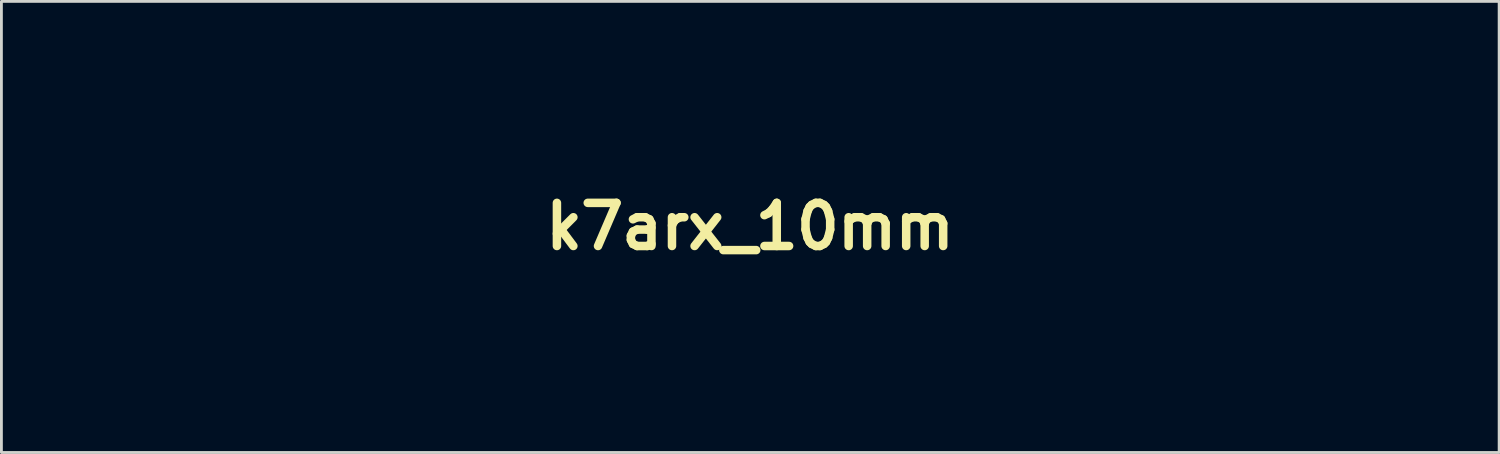
<source format=kicad_pcb>
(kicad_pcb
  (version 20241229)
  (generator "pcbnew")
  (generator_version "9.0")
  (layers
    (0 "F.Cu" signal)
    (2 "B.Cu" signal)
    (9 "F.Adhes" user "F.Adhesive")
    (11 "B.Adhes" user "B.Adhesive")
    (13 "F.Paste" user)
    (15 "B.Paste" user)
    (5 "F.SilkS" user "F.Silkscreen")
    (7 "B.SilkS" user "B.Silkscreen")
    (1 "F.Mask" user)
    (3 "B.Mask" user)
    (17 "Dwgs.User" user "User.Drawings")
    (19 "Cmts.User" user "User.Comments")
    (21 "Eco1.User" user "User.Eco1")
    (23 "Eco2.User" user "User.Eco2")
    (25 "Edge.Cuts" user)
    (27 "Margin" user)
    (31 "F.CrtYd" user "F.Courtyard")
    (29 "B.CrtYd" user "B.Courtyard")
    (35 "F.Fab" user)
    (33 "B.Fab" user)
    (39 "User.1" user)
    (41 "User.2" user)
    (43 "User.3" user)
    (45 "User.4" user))
  (footprint "k7arx_10mm"
    (layer "F.Cu")
    (at 23.444 4.95)
    (property "Reference" "k7arx_10mm" (at 0 0 0) (layer "F.SilkS") (effects (font (size 1.524 1.524) (thickness 0.3))))
    (attr through_hole)
    (fp_poly (pts (xy -12.83 -4.859) (xy -12.79 -4.857) (xy -12.735 -4.853) (xy -12.667 -4.847) (xy -12.589 -4.841) (xy -12.502 -4.834) (xy -12.41 -4.826) (xy -12.349 -4.821) (xy -12.158 -4.804) (xy -11.981 -4.789) (xy -11.816 -4.776) (xy -11.659 -4.765) (xy -11.51 -4.755) (xy -11.364 -4.746) (xy -11.219 -4.739) (xy -11.074 -4.734) (xy -10.925 -4.729) (xy -10.77 -4.725) (xy -10.606 -4.723) (xy -10.431 -4.721) (xy -10.243 -4.72) (xy -10.038 -4.719) (xy -9.92 -4.719) (xy -9.681 -4.72) (xy -9.459 -4.721) (xy -9.252 -4.723) (xy -9.058 -4.726) (xy -8.874 -4.73) (xy -8.698 -4.735) (xy -8.527 -4.741) (xy -8.358 -4.748) (xy -8.19 -4.757) (xy -8.019 -4.767) (xy -7.844 -4.779) (xy -7.682 -4.791) (xy -7.593 -4.797) (xy -7.51 -4.803) (xy -7.435 -4.808) (xy -7.371 -4.811) (xy -7.318 -4.814) (xy -7.281 -4.815) (xy -7.26 -4.815) (xy -7.257 -4.814) (xy -7.218 -4.794) (xy -7.176 -4.756) (xy -7.132 -4.702) (xy -7.087 -4.634) (xy -7.042 -4.554) (xy -7.038 -4.545) (xy -7.008 -4.481) (xy -6.978 -4.409) (xy -6.949 -4.331) (xy -6.921 -4.251) (xy -6.897 -4.173) (xy -6.876 -4.1) (xy -6.861 -4.036) (xy -6.852 -3.984) (xy -6.85 -3.957) (xy -6.853 -3.929) (xy -6.862 -3.9) (xy -6.88 -3.867) (xy -6.907 -3.83) (xy -6.946 -3.784) (xy -6.997 -3.727) (xy -7.006 -3.718) (xy -7.108 -3.609) (xy -7.2 -3.511) (xy -7.284 -3.418) (xy -7.364 -3.328) (xy -7.435 -3.245) (xy -7.722 -2.898) (xy -7.995 -2.539) (xy -8.256 -2.169) (xy -8.502 -1.79) (xy -8.733 -1.403) (xy -8.948 -1.01) (xy -9.147 -0.612) (xy -9.328 -0.211) (xy -9.49 0.192) (xy -9.593 0.475) (xy -9.704 0.813) (xy -9.8 1.146) (xy -9.884 1.477) (xy -9.955 1.81) (xy -10.014 2.15) (xy -10.062 2.5) (xy -10.097 2.82) (xy -10.101 2.878) (xy -10.105 2.952) (xy -10.108 3.038) (xy -10.111 3.134) (xy -10.113 3.237) (xy -10.115 3.345) (xy -10.115 3.456) (xy -10.116 3.565) (xy -10.115 3.671) (xy -10.114 3.771) (xy -10.113 3.863) (xy -10.11 3.943) (xy -10.107 4.01) (xy -10.103 4.059) (xy -10.102 4.07) (xy -10.089 4.16) (xy -10.073 4.257) (xy -10.055 4.354) (xy -10.034 4.447) (xy -10.014 4.531) (xy -9.994 4.601) (xy -9.994 4.603) (xy -9.972 4.678) (xy -9.958 4.746) (xy -9.953 4.79) (xy -9.951 4.83) (xy -9.953 4.858) (xy -9.959 4.878) (xy -9.971 4.898) (xy -9.972 4.899) (xy -9.996 4.928) (xy -10.026 4.952) (xy -10.03 4.954) (xy -10.036 4.958) (xy -10.043 4.961) (xy -10.052 4.963) (xy -10.063 4.966) (xy -10.079 4.968) (xy -10.101 4.969) (xy -10.13 4.971) (xy -10.166 4.972) (xy -10.211 4.973) (xy -10.267 4.974) (xy -10.334 4.974) (xy -10.414 4.975) (xy -10.508 4.975) (xy -10.618 4.976) (xy -10.743 4.976) (xy -10.886 4.976) (xy -11.048 4.977) (xy -11.055 4.977) (xy -11.195 4.977) (xy -11.329 4.977) (xy -11.457 4.977) (xy -11.577 4.976) (xy -11.687 4.976) (xy -11.786 4.975) (xy -11.873 4.975) (xy -11.947 4.974) (xy -12.005 4.973) (xy -12.047 4.972) (xy -12.071 4.971) (xy -12.076 4.971) (xy -12.124 4.95) (xy -12.17 4.915) (xy -12.206 4.871) (xy -12.229 4.824) (xy -12.23 4.822) (xy -12.235 4.788) (xy -12.238 4.735) (xy -12.239 4.662) (xy -12.238 4.57) (xy -12.235 4.46) (xy -12.23 4.345) (xy -12.2 3.926) (xy -12.151 3.502) (xy -12.084 3.073) (xy -11.997 2.639) (xy -11.892 2.2) (xy -11.767 1.757) (xy -11.624 1.31) (xy -11.463 0.859) (xy -11.283 0.405) (xy -11.085 -0.053) (xy -10.868 -0.513) (xy -10.633 -0.976) (xy -10.546 -1.14) (xy -10.412 -1.383) (xy -10.27 -1.63) (xy -10.123 -1.878) (xy -9.972 -2.123) (xy -9.82 -2.363) (xy -9.667 -2.594) (xy -9.517 -2.813) (xy -9.371 -3.017) (xy -9.331 -3.072) (xy -9.309 -3.103) (xy -9.294 -3.128) (xy -9.287 -3.142) (xy -9.287 -3.144) (xy -9.298 -3.145) (xy -9.328 -3.146) (xy -9.374 -3.147) (xy -9.437 -3.148) (xy -9.514 -3.148) (xy -9.604 -3.149) (xy -9.705 -3.149) (xy -9.817 -3.15) (xy -9.937 -3.15) (xy -10.065 -3.15) (xy -10.198 -3.15) (xy -10.337 -3.15) (xy -10.478 -3.15) (xy -10.621 -3.15) (xy -10.765 -3.149) (xy -10.908 -3.149) (xy -11.048 -3.149) (xy -11.184 -3.148) (xy -11.315 -3.148) (xy -11.439 -3.147) (xy -11.556 -3.146) (xy -11.662 -3.145) (xy -11.758 -3.145) (xy -11.842 -3.144) (xy -11.912 -3.143) (xy -11.967 -3.142) (xy -12.006 -3.141) (xy -12.02 -3.14) (xy -12.254 -3.119) (xy -12.475 -3.086) (xy -12.684 -3.04) (xy -12.885 -2.981) (xy -12.973 -2.95) (xy -13.017 -2.932) (xy -13.074 -2.908) (xy -13.14 -2.879) (xy -13.209 -2.848) (xy -13.277 -2.817) (xy -13.285 -2.813) (xy -13.37 -2.772) (xy -13.44 -2.74) (xy -13.497 -2.715) (xy -13.543 -2.697) (xy -13.58 -2.684) (xy -13.61 -2.676) (xy -13.637 -2.671) (xy -13.661 -2.67) (xy -13.664 -2.67) (xy -13.738 -2.677) (xy -13.801 -2.697) (xy -13.853 -2.729) (xy -13.892 -2.771) (xy -13.914 -2.822) (xy -13.92 -2.866) (xy -13.915 -2.922) (xy -13.901 -2.993) (xy -13.879 -3.078) (xy -13.85 -3.174) (xy -13.814 -3.28) (xy -13.773 -3.394) (xy -13.726 -3.514) (xy -13.675 -3.638) (xy -13.621 -3.764) (xy -13.565 -3.89) (xy -13.507 -4.015) (xy -13.447 -4.135) (xy -13.388 -4.251) (xy -13.33 -4.358) (xy -13.273 -4.456) (xy -13.218 -4.543) (xy -13.21 -4.555) (xy -13.149 -4.642) (xy -13.096 -4.712) (xy -13.047 -4.767) (xy -13.001 -4.808) (xy -12.957 -4.836) (xy -12.913 -4.852) (xy -12.868 -4.86) (xy -12.852 -4.86) (xy -12.83 -4.859)) (stroke (width 0.01) (type solid)) (fill yes) (layer "F.Mask"))
    (fp_poly (pts (xy -22.321 -4.785) (xy -22.201 -4.785) (xy -22.097 -4.785) (xy -22.01 -4.784) (xy -21.936 -4.784) (xy -21.875 -4.783) (xy -21.826 -4.782) (xy -21.786 -4.781) (xy -21.754 -4.779) (xy -21.73 -4.777) (xy -21.711 -4.775) (xy -21.695 -4.772) (xy -21.683 -4.769) (xy -21.678 -4.767) (xy -21.611 -4.739) (xy -21.557 -4.697) (xy -21.514 -4.64) (xy -21.5 -4.615) (xy -21.465 -4.547) (xy -21.466 -4.411) (xy -21.468 -4.35) (xy -21.471 -4.277) (xy -21.476 -4.201) (xy -21.482 -4.128) (xy -21.483 -4.11) (xy -21.494 -3.993) (xy -21.504 -3.867) (xy -21.514 -3.729) (xy -21.524 -3.58) (xy -21.533 -3.417) (xy -21.542 -3.239) (xy -21.551 -3.044) (xy -21.56 -2.832) (xy -21.565 -2.715) (xy -21.568 -2.64) (xy -21.571 -2.552) (xy -21.573 -2.453) (xy -21.576 -2.345) (xy -21.579 -2.23) (xy -21.582 -2.109) (xy -21.584 -1.984) (xy -21.587 -1.858) (xy -21.589 -1.731) (xy -21.591 -1.605) (xy -21.593 -1.483) (xy -21.594 -1.367) (xy -21.596 -1.257) (xy -21.597 -1.155) (xy -21.597 -1.065) (xy -21.598 -0.986) (xy -21.598 -0.922) (xy -21.597 -0.873) (xy -21.596 -0.843) (xy -21.596 -0.837) (xy -21.585 -0.771) (xy -21.565 -0.724) (xy -21.537 -0.695) (xy -21.5 -0.684) (xy -21.455 -0.691) (xy -21.402 -0.716) (xy -21.34 -0.759) (xy -21.34 -0.759) (xy -21.31 -0.784) (xy -21.266 -0.821) (xy -21.213 -0.867) (xy -21.151 -0.921) (xy -21.084 -0.98) (xy -21.013 -1.043) (xy -20.941 -1.107) (xy -20.87 -1.171) (xy -20.801 -1.232) (xy -20.739 -1.289) (xy -20.705 -1.32) (xy -20.548 -1.464) (xy -20.395 -1.607) (xy -20.245 -1.749) (xy -20.097 -1.892) (xy -19.949 -2.037) (xy -19.8 -2.184) (xy -19.65 -2.335) (xy -19.497 -2.491) (xy -19.34 -2.653) (xy -19.178 -2.823) (xy -19.01 -3.001) (xy -18.835 -3.189) (xy -18.651 -3.387) (xy -18.458 -3.597) (xy -18.255 -3.821) (xy -18.039 -4.058) (xy -18.02 -4.08) (xy -17.918 -4.192) (xy -17.829 -4.29) (xy -17.751 -4.375) (xy -17.682 -4.448) (xy -17.622 -4.51) (xy -17.57 -4.562) (xy -17.523 -4.606) (xy -17.482 -4.641) (xy -17.444 -4.67) (xy -17.41 -4.693) (xy -17.376 -4.711) (xy -17.343 -4.725) (xy -17.309 -4.737) (xy -17.273 -4.746) (xy -17.238 -4.754) (xy -17.224 -4.757) (xy -17.208 -4.76) (xy -17.187 -4.762) (xy -17.162 -4.763) (xy -17.13 -4.765) (xy -17.091 -4.766) (xy -17.042 -4.767) (xy -16.984 -4.768) (xy -16.914 -4.768) (xy -16.832 -4.769) (xy -16.735 -4.769) (xy -16.624 -4.769) (xy -16.496 -4.769) (xy -16.35 -4.768) (xy -16.215 -4.768) (xy -16.055 -4.767) (xy -15.915 -4.767) (xy -15.791 -4.766) (xy -15.684 -4.766) (xy -15.593 -4.765) (xy -15.515 -4.764) (xy -15.45 -4.764) (xy -15.396 -4.763) (xy -15.352 -4.762) (xy -15.318 -4.76) (xy -15.291 -4.759) (xy -15.271 -4.757) (xy -15.256 -4.755) (xy -15.245 -4.752) (xy -15.237 -4.749) (xy -15.232 -4.747) (xy -15.194 -4.715) (xy -15.169 -4.672) (xy -15.16 -4.622) (xy -15.167 -4.567) (xy -15.175 -4.542) (xy -15.187 -4.518) (xy -15.201 -4.493) (xy -15.219 -4.467) (xy -15.243 -4.437) (xy -15.273 -4.403) (xy -15.312 -4.362) (xy -15.36 -4.314) (xy -15.42 -4.257) (xy -15.491 -4.19) (xy -15.575 -4.112) (xy -15.84 -3.866) (xy -16.09 -3.632) (xy -16.329 -3.41) (xy -16.556 -3.197) (xy -16.772 -2.993) (xy -16.98 -2.796) (xy -17.181 -2.605) (xy -17.375 -2.42) (xy -17.563 -2.239) (xy -17.748 -2.06) (xy -17.929 -1.883) (xy -18.109 -1.707) (xy -18.289 -1.53) (xy -18.47 -1.351) (xy -18.652 -1.169) (xy -18.691 -1.131) (xy -18.784 -1.037) (xy -18.874 -0.947) (xy -18.96 -0.861) (xy -19.04 -0.78) (xy -19.113 -0.705) (xy -19.179 -0.638) (xy -19.235 -0.58) (xy -19.282 -0.532) (xy -19.317 -0.494) (xy -19.34 -0.469) (xy -19.349 -0.459) (xy -19.382 -0.41) (xy -19.4 -0.37) (xy -19.403 -0.334) (xy -19.39 -0.297) (xy -19.362 -0.256) (xy -19.342 -0.231) (xy -19.325 -0.211) (xy -19.296 -0.177) (xy -19.258 -0.133) (xy -19.213 -0.08) (xy -19.162 -0.02) (xy -19.108 0.044) (xy -19.057 0.104) (xy -18.896 0.294) (xy -18.739 0.479) (xy -18.585 0.658) (xy -18.437 0.832) (xy -18.295 0.998) (xy -18.159 1.155) (xy -18.031 1.303) (xy -17.911 1.441) (xy -17.801 1.568) (xy -17.7 1.682) (xy -17.611 1.784) (xy -17.533 1.871) (xy -17.52 1.885) (xy -17.239 2.194) (xy -16.965 2.485) (xy -16.699 2.76) (xy -16.438 3.02) (xy -16.183 3.266) (xy -15.931 3.499) (xy -15.683 3.718) (xy -15.437 3.927) (xy -15.235 4.091) (xy -15.204 4.116) (xy -15.161 4.15) (xy -15.111 4.19) (xy -15.058 4.232) (xy -15.019 4.262) (xy -14.938 4.33) (xy -14.864 4.395) (xy -14.801 4.457) (xy -14.75 4.512) (xy -14.714 4.56) (xy -14.705 4.574) (xy -14.675 4.639) (xy -14.659 4.709) (xy -14.659 4.774) (xy -14.66 4.784) (xy -14.675 4.846) (xy -14.701 4.894) (xy -14.74 4.931) (xy -14.78 4.956) (xy -14.786 4.959) (xy -14.794 4.962) (xy -14.804 4.964) (xy -14.818 4.966) (xy -14.836 4.968) (xy -14.861 4.97) (xy -14.893 4.971) (xy -14.933 4.972) (xy -14.982 4.973) (xy -15.042 4.974) (xy -15.114 4.975) (xy -15.198 4.975) (xy -15.296 4.976) (xy -15.409 4.976) (xy -15.539 4.977) (xy -15.685 4.977) (xy -15.85 4.978) (xy -15.925 4.978) (xy -16.128 4.978) (xy -16.31 4.978) (xy -16.474 4.978) (xy -16.618 4.978) (xy -16.743 4.978) (xy -16.849 4.977) (xy -16.937 4.976) (xy -17.006 4.974) (xy -17.058 4.973) (xy -17.092 4.971) (xy -17.105 4.97) (xy -17.155 4.958) (xy -17.21 4.94) (xy -17.246 4.925) (xy -17.292 4.898) (xy -17.341 4.86) (xy -17.393 4.811) (xy -17.451 4.747) (xy -17.515 4.668) (xy -17.56 4.61) (xy -17.693 4.435) (xy -17.829 4.258) (xy -17.969 4.08) (xy -18.114 3.897) (xy -18.264 3.711) (xy -18.421 3.519) (xy -18.585 3.322) (xy -18.757 3.117) (xy -18.938 2.904) (xy -19.128 2.682) (xy -19.329 2.451) (xy -19.54 2.209) (xy -19.763 1.955) (xy -19.999 1.688) (xy -20.211 1.45) (xy -20.306 1.344) (xy -20.389 1.252) (xy -20.46 1.172) (xy -20.522 1.105) (xy -20.574 1.048) (xy -20.618 1) (xy -20.656 0.961) (xy -20.687 0.93) (xy -20.714 0.905) (xy -20.737 0.885) (xy -20.757 0.869) (xy -20.775 0.856) (xy -20.775 0.856) (xy -20.798 0.842) (xy -20.818 0.833) (xy -20.839 0.831) (xy -20.862 0.836) (xy -20.89 0.849) (xy -20.924 0.872) (xy -20.968 0.906) (xy -21.024 0.95) (xy -21.06 0.98) (xy -21.165 1.067) (xy -21.255 1.144) (xy -21.331 1.212) (xy -21.395 1.274) (xy -21.447 1.329) (xy -21.489 1.381) (xy -21.522 1.43) (xy -21.547 1.478) (xy -21.566 1.527) (xy -21.579 1.578) (xy -21.588 1.632) (xy -21.592 1.66) (xy -21.594 1.698) (xy -21.595 1.755) (xy -21.595 1.828) (xy -21.594 1.917) (xy -21.592 2.02) (xy -21.589 2.136) (xy -21.585 2.262) (xy -21.58 2.398) (xy -21.575 2.542) (xy -21.568 2.692) (xy -21.561 2.847) (xy -21.554 3.006) (xy -21.546 3.166) (xy -21.537 3.327) (xy -21.528 3.487) (xy -21.519 3.645) (xy -21.509 3.798) (xy -21.505 3.865) (xy -21.495 4.016) (xy -21.486 4.148) (xy -21.479 4.263) (xy -21.473 4.363) (xy -21.469 4.448) (xy -21.466 4.52) (xy -21.465 4.581) (xy -21.465 4.632) (xy -21.466 4.674) (xy -21.469 4.708) (xy -21.474 4.737) (xy -21.48 4.762) (xy -21.488 4.783) (xy -21.497 4.802) (xy -21.508 4.822) (xy -21.513 4.831) (xy -21.553 4.88) (xy -21.608 4.923) (xy -21.674 4.956) (xy -21.69 4.962) (xy -21.706 4.964) (xy -21.74 4.966) (xy -21.79 4.968) (xy -21.854 4.97) (xy -21.93 4.971) (xy -22.016 4.973) (xy -22.11 4.974) (xy -22.21 4.975) (xy -22.315 4.976) (xy -22.422 4.976) (xy -22.528 4.977) (xy -22.633 4.977) (xy -22.735 4.977) (xy -22.83 4.977) (xy -22.918 4.976) (xy -22.996 4.975) (xy -23.062 4.974) (xy -23.114 4.973) (xy -23.151 4.972) (xy -23.168 4.97) (xy -23.246 4.949) (xy -23.313 4.912) (xy -23.369 4.86) (xy -23.411 4.795) (xy -23.421 4.771) (xy -23.428 4.751) (xy -23.433 4.732) (xy -23.437 4.71) (xy -23.439 4.682) (xy -23.439 4.646) (xy -23.439 4.597) (xy -23.437 4.532) (xy -23.436 4.51) (xy -23.434 4.433) (xy -23.43 4.343) (xy -23.425 4.248) (xy -23.42 4.156) (xy -23.416 4.08) (xy -23.405 3.918) (xy -23.395 3.738) (xy -23.385 3.542) (xy -23.375 3.333) (xy -23.365 3.113) (xy -23.356 2.883) (xy -23.347 2.646) (xy -23.338 2.405) (xy -23.33 2.161) (xy -23.323 1.916) (xy -23.316 1.673) (xy -23.31 1.434) (xy -23.305 1.2) (xy -23.301 0.975) (xy -23.299 0.875) (xy -23.294 0.271) (xy -23.295 -0.348) (xy -23.302 -0.978) (xy -23.316 -1.615) (xy -23.335 -2.254) (xy -23.361 -2.892) (xy -23.393 -3.525) (xy -23.416 -3.92) (xy -23.422 -4.014) (xy -23.427 -4.107) (xy -23.431 -4.195) (xy -23.434 -4.276) (xy -23.437 -4.346) (xy -23.438 -4.402) (xy -23.438 -4.443) (xy -23.438 -4.45) (xy -23.436 -4.503) (xy -23.432 -4.541) (xy -23.427 -4.569) (xy -23.419 -4.593) (xy -23.408 -4.616) (xy -23.364 -4.679) (xy -23.305 -4.729) (xy -23.244 -4.761) (xy -23.185 -4.785) (xy -22.46 -4.785) (xy -22.321 -4.785)) (stroke (width 0.01) (type solid)) (fill yes) (layer "F.Mask"))
    (fp_poly (pts (xy 7.514 -4.79) (xy 7.692 -4.79) (xy 7.867 -4.79) (xy 8.038 -4.79) (xy 8.204 -4.789) (xy 8.364 -4.789) (xy 8.516 -4.788) (xy 8.659 -4.788) (xy 8.792 -4.787) (xy 8.915 -4.786) (xy 9.025 -4.785) (xy 9.122 -4.784) (xy 9.205 -4.783) (xy 9.272 -4.782) (xy 9.322 -4.781) (xy 9.351 -4.78) (xy 9.53 -4.77) (xy 9.694 -4.758) (xy 9.845 -4.743) (xy 9.988 -4.726) (xy 10.127 -4.706) (xy 10.265 -4.682) (xy 10.305 -4.674) (xy 10.561 -4.617) (xy 10.801 -4.548) (xy 11.025 -4.467) (xy 11.233 -4.375) (xy 11.425 -4.271) (xy 11.601 -4.154) (xy 11.761 -4.027) (xy 11.904 -3.887) (xy 12.032 -3.736) (xy 12.143 -3.574) (xy 12.238 -3.399) (xy 12.268 -3.334) (xy 12.327 -3.186) (xy 12.377 -3.025) (xy 12.416 -2.862) (xy 12.434 -2.765) (xy 12.448 -2.679) (xy 12.458 -2.606) (xy 12.465 -2.539) (xy 12.47 -2.474) (xy 12.473 -2.405) (xy 12.474 -2.325) (xy 12.474 -2.245) (xy 12.47 -2.07) (xy 12.458 -1.909) (xy 12.437 -1.758) (xy 12.406 -1.611) (xy 12.366 -1.464) (xy 12.358 -1.44) (xy 12.284 -1.239) (xy 12.193 -1.043) (xy 12.085 -0.852) (xy 11.958 -0.665) (xy 11.813 -0.481) (xy 11.649 -0.3) (xy 11.59 -0.24) (xy 11.48 -0.133) (xy 11.366 -0.028) (xy 11.247 0.075) (xy 11.12 0.178) (xy 10.984 0.284) (xy 10.837 0.392) (xy 10.676 0.506) (xy 10.501 0.625) (xy 10.412 0.685) (xy 10.348 0.727) (xy 10.289 0.767) (xy 10.237 0.803) (xy 10.195 0.834) (xy 10.164 0.857) (xy 10.147 0.871) (xy 10.145 0.873) (xy 10.132 0.908) (xy 10.132 0.952) (xy 10.146 0.999) (xy 10.158 1.021) (xy 10.164 1.032) (xy 10.174 1.047) (xy 10.188 1.067) (xy 10.206 1.093) (xy 10.23 1.125) (xy 10.259 1.165) (xy 10.294 1.213) (xy 10.336 1.271) (xy 10.386 1.338) (xy 10.445 1.417) (xy 10.512 1.507) (xy 10.589 1.611) (xy 10.676 1.727) (xy 10.773 1.859) (xy 10.855 1.969) (xy 10.966 2.117) (xy 11.068 2.252) (xy 11.161 2.374) (xy 11.248 2.487) (xy 11.329 2.591) (xy 11.408 2.69) (xy 11.486 2.786) (xy 11.563 2.88) (xy 11.643 2.975) (xy 11.727 3.072) (xy 11.753 3.103) (xy 11.859 3.224) (xy 11.974 3.352) (xy 12.095 3.484) (xy 12.219 3.617) (xy 12.346 3.75) (xy 12.471 3.879) (xy 12.594 4.004) (xy 12.712 4.12) (xy 12.823 4.227) (xy 12.924 4.321) (xy 12.958 4.353) (xy 13.034 4.425) (xy 13.099 4.494) (xy 13.15 4.557) (xy 13.187 4.613) (xy 13.209 4.66) (xy 13.21 4.663) (xy 13.217 4.708) (xy 13.218 4.759) (xy 13.217 4.768) (xy 13.203 4.837) (xy 13.175 4.893) (xy 13.131 4.934) (xy 13.073 4.962) (xy 13.045 4.97) (xy 13.027 4.972) (xy 12.992 4.974) (xy 12.939 4.975) (xy 12.87 4.976) (xy 12.782 4.977) (xy 12.677 4.978) (xy 12.553 4.978) (xy 12.41 4.978) (xy 12.248 4.978) (xy 12.066 4.978) (xy 11.96 4.978) (xy 10.925 4.975) (xy 10.866 4.952) (xy 10.796 4.922) (xy 10.739 4.887) (xy 10.685 4.843) (xy 10.672 4.83) (xy 10.649 4.807) (xy 10.627 4.784) (xy 10.605 4.76) (xy 10.582 4.732) (xy 10.557 4.7) (xy 10.529 4.662) (xy 10.496 4.617) (xy 10.458 4.564) (xy 10.414 4.5) (xy 10.363 4.425) (xy 10.303 4.336) (xy 10.234 4.234) (xy 10.185 4.16) (xy 10.026 3.925) (xy 9.875 3.704) (xy 9.73 3.494) (xy 9.589 3.293) (xy 9.449 3.097) (xy 9.309 2.904) (xy 9.166 2.711) (xy 9.018 2.514) (xy 8.863 2.31) (xy 8.699 2.098) (xy 8.663 2.052) (xy 8.59 1.959) (xy 8.526 1.882) (xy 8.471 1.819) (xy 8.423 1.769) (xy 8.381 1.731) (xy 8.344 1.705) (xy 8.31 1.688) (xy 8.279 1.681) (xy 8.264 1.68) (xy 8.239 1.683) (xy 8.196 1.692) (xy 8.139 1.705) (xy 8.071 1.723) (xy 7.993 1.745) (xy 7.908 1.769) (xy 7.818 1.796) (xy 7.726 1.825) (xy 7.634 1.854) (xy 7.544 1.883) (xy 7.491 1.901) (xy 7.447 1.916) (xy 7.408 1.929) (xy 7.381 1.937) (xy 7.369 1.94) (xy 7.367 1.93) (xy 7.366 1.902) (xy 7.365 1.856) (xy 7.364 1.794) (xy 7.363 1.717) (xy 7.362 1.627) (xy 7.361 1.524) (xy 7.36 1.411) (xy 7.36 1.288) (xy 7.36 1.156) (xy 7.36 0.373) (xy 7.537 0.315) (xy 7.816 0.221) (xy 8.089 0.119) (xy 8.354 0.01) (xy 8.608 -0.103) (xy 8.848 -0.22) (xy 9.072 -0.339) (xy 9.105 -0.358) (xy 9.338 -0.498) (xy 9.553 -0.642) (xy 9.75 -0.79) (xy 9.927 -0.94) (xy 10.086 -1.095) (xy 10.226 -1.252) (xy 10.346 -1.412) (xy 10.447 -1.575) (xy 10.515 -1.71) (xy 10.573 -1.857) (xy 10.614 -2.004) (xy 10.638 -2.148) (xy 10.645 -2.289) (xy 10.636 -2.425) (xy 10.61 -2.555) (xy 10.568 -2.678) (xy 10.51 -2.791) (xy 10.436 -2.894) (xy 10.408 -2.926) (xy 10.312 -3.014) (xy 10.201 -3.091) (xy 10.076 -3.158) (xy 9.938 -3.212) (xy 9.788 -3.253) (xy 9.76 -3.259) (xy 9.724 -3.267) (xy 9.69 -3.273) (xy 9.656 -3.279) (xy 9.621 -3.284) (xy 9.584 -3.289) (xy 9.544 -3.293) (xy 9.5 -3.296) (xy 9.45 -3.299) (xy 9.393 -3.302) (xy 9.328 -3.304) (xy 9.253 -3.306) (xy 9.168 -3.307) (xy 9.071 -3.308) (xy 8.961 -3.309) (xy 8.837 -3.309) (xy 8.697 -3.31) (xy 8.541 -3.31) (xy 8.367 -3.31) (xy 8.229 -3.31) (xy 8.047 -3.31) (xy 7.884 -3.31) (xy 7.738 -3.31) (xy 7.61 -3.31) (xy 7.496 -3.309) (xy 7.398 -3.309) (xy 7.313 -3.308) (xy 7.24 -3.307) (xy 7.179 -3.305) (xy 7.127 -3.303) (xy 7.085 -3.3) (xy 7.051 -3.297) (xy 7.023 -3.293) (xy 7.002 -3.289) (xy 6.985 -3.283) (xy 6.972 -3.277) (xy 6.961 -3.27) (xy 6.952 -3.262) (xy 6.943 -3.253) (xy 6.933 -3.243) (xy 6.931 -3.241) (xy 6.925 -3.235) (xy 6.919 -3.231) (xy 6.913 -3.227) (xy 6.908 -3.223) (xy 6.903 -3.217) (xy 6.899 -3.211) (xy 6.895 -3.202) (xy 6.891 -3.19) (xy 6.888 -3.175) (xy 6.885 -3.156) (xy 6.882 -3.132) (xy 6.879 -3.102) (xy 6.877 -3.067) (xy 6.875 -3.024) (xy 6.873 -2.974) (xy 6.872 -2.915) (xy 6.87 -2.848) (xy 6.869 -2.771) (xy 6.868 -2.684) (xy 6.867 -2.587) (xy 6.867 -2.477) (xy 6.866 -2.356) (xy 6.866 -2.221) (xy 6.865 -2.073) (xy 6.865 -1.911) (xy 6.865 -1.734) (xy 6.865 -1.542) (xy 6.865 -1.333) (xy 6.865 -1.107) (xy 6.865 -0.864) (xy 6.865 -0.603) (xy 6.865 -0.322) (xy 6.865 -0.125) (xy 6.865 0.175) (xy 6.865 0.456) (xy 6.865 0.719) (xy 6.865 0.964) (xy 6.865 1.193) (xy 6.865 1.406) (xy 6.866 1.604) (xy 6.866 1.788) (xy 6.866 1.959) (xy 6.867 2.118) (xy 6.868 2.265) (xy 6.868 2.402) (xy 6.869 2.529) (xy 6.87 2.647) (xy 6.872 2.757) (xy 6.873 2.86) (xy 6.875 2.957) (xy 6.877 3.049) (xy 6.879 3.136) (xy 6.881 3.219) (xy 6.884 3.299) (xy 6.887 3.378) (xy 6.89 3.455) (xy 6.894 3.532) (xy 6.897 3.61) (xy 6.902 3.689) (xy 6.906 3.771) (xy 6.911 3.856) (xy 6.916 3.944) (xy 6.922 4.038) (xy 6.928 4.137) (xy 6.931 4.195) (xy 6.938 4.312) (xy 6.943 4.411) (xy 6.946 4.494) (xy 6.948 4.563) (xy 6.948 4.62) (xy 6.946 4.667) (xy 6.942 4.706) (xy 6.936 4.738) (xy 6.928 4.766) (xy 6.918 4.792) (xy 6.915 4.798) (xy 6.88 4.859) (xy 6.832 4.906) (xy 6.771 4.943) (xy 6.752 4.951) (xy 6.695 4.975) (xy 5.93 4.976) (xy 5.807 4.977) (xy 5.688 4.977) (xy 5.576 4.976) (xy 5.473 4.976) (xy 5.379 4.975) (xy 5.297 4.975) (xy 5.227 4.974) (xy 5.173 4.973) (xy 5.135 4.972) (xy 5.116 4.97) (xy 5.115 4.97) (xy 5.037 4.95) (xy 4.97 4.915) (xy 4.915 4.868) (xy 4.875 4.81) (xy 4.856 4.762) (xy 4.851 4.738) (xy 4.846 4.711) (xy 4.843 4.679) (xy 4.841 4.641) (xy 4.841 4.594) (xy 4.842 4.536) (xy 4.845 4.465) (xy 4.849 4.381) (xy 4.854 4.279) (xy 4.86 4.182) (xy 4.879 3.855) (xy 4.896 3.546) (xy 4.911 3.251) (xy 4.924 2.969) (xy 4.936 2.696) (xy 4.946 2.431) (xy 4.955 2.17) (xy 4.962 1.911) (xy 4.968 1.652) (xy 4.972 1.389) (xy 4.975 1.121) (xy 4.977 0.845) (xy 4.978 0.558) (xy 4.978 0.257) (xy 4.977 -0.059) (xy 4.977 -0.145) (xy 4.975 -0.38) (xy 4.974 -0.597) (xy 4.972 -0.799) (xy 4.97 -0.988) (xy 4.967 -1.166) (xy 4.964 -1.335) (xy 4.961 -1.498) (xy 4.957 -1.657) (xy 4.952 -1.814) (xy 4.947 -1.972) (xy 4.941 -2.133) (xy 4.934 -2.298) (xy 4.926 -2.471) (xy 4.917 -2.654) (xy 4.907 -2.849) (xy 4.9 -2.99) (xy 4.89 -3.174) (xy 4.882 -3.34) (xy 4.874 -3.488) (xy 4.868 -3.62) (xy 4.862 -3.737) (xy 4.857 -3.84) (xy 4.853 -3.931) (xy 4.849 -4.01) (xy 4.847 -4.079) (xy 4.845 -4.139) (xy 4.843 -4.192) (xy 4.842 -4.239) (xy 4.841 -4.28) (xy 4.841 -4.318) (xy 4.842 -4.352) (xy 4.842 -4.386) (xy 4.842 -4.388) (xy 4.844 -4.454) (xy 4.846 -4.504) (xy 4.849 -4.541) (xy 4.853 -4.568) (xy 4.858 -4.589) (xy 4.866 -4.608) (xy 4.867 -4.61) (xy 4.906 -4.673) (xy 4.961 -4.722) (xy 5.031 -4.759) (xy 5.098 -4.779) (xy 5.114 -4.78) (xy 5.149 -4.781) (xy 5.201 -4.782) (xy 5.27 -4.783) (xy 5.355 -4.784) (xy 5.454 -4.785) (xy 5.566 -4.786) (xy 5.689 -4.787) (xy 5.824 -4.788) (xy 5.969 -4.788) (xy 6.121 -4.789) (xy 6.282 -4.789) (xy 6.448 -4.79) (xy 6.62 -4.79) (xy 6.795 -4.79) (xy 6.974 -4.79) (xy 7.154 -4.79) (xy 7.334 -4.79) (xy 7.514 -4.79)) (stroke (width 0.01) (type solid)) (fill yes) (layer "F.Mask"))
    (fp_poly (pts (xy 16.181 -4.785) (xy 16.297 -4.785) (xy 16.398 -4.784) (xy 16.485 -4.783) (xy 16.559 -4.782) (xy 16.621 -4.78) (xy 16.673 -4.778) (xy 16.716 -4.774) (xy 16.751 -4.77) (xy 16.779 -4.765) (xy 16.802 -4.759) (xy 16.82 -4.752) (xy 16.835 -4.744) (xy 16.848 -4.734) (xy 16.86 -4.723) (xy 16.873 -4.711) (xy 16.887 -4.697) (xy 16.887 -4.697) (xy 16.904 -4.68) (xy 16.921 -4.663) (xy 16.937 -4.644) (xy 16.955 -4.621) (xy 16.975 -4.592) (xy 16.999 -4.556) (xy 17.027 -4.511) (xy 17.062 -4.455) (xy 17.104 -4.387) (xy 17.154 -4.304) (xy 17.194 -4.237) (xy 17.248 -4.148) (xy 17.293 -4.073) (xy 17.332 -4.008) (xy 17.367 -3.951) (xy 17.4 -3.897) (xy 17.432 -3.845) (xy 17.466 -3.789) (xy 17.504 -3.728) (xy 17.546 -3.662) (xy 17.578 -3.611) (xy 17.609 -3.561) (xy 17.636 -3.518) (xy 17.656 -3.485) (xy 17.664 -3.472) (xy 17.682 -3.444) (xy 17.71 -3.401) (xy 17.747 -3.345) (xy 17.792 -3.277) (xy 17.843 -3.2) (xy 17.899 -3.115) (xy 17.96 -3.024) (xy 18.024 -2.928) (xy 18.089 -2.83) (xy 18.155 -2.731) (xy 18.221 -2.633) (xy 18.285 -2.538) (xy 18.346 -2.447) (xy 18.403 -2.363) (xy 18.455 -2.286) (xy 18.501 -2.219) (xy 18.524 -2.185) (xy 18.575 -2.111) (xy 18.624 -2.041) (xy 18.67 -1.977) (xy 18.711 -1.921) (xy 18.745 -1.875) (xy 18.772 -1.84) (xy 18.789 -1.82) (xy 18.791 -1.818) (xy 18.828 -1.789) (xy 18.863 -1.773) (xy 18.897 -1.771) (xy 18.933 -1.783) (xy 18.971 -1.81) (xy 19.013 -1.853) (xy 19.06 -1.913) (xy 19.114 -1.99) (xy 19.115 -1.991) (xy 19.144 -2.034) (xy 19.181 -2.088) (xy 19.222 -2.148) (xy 19.265 -2.211) (xy 19.299 -2.26) (xy 19.475 -2.516) (xy 19.64 -2.761) (xy 19.797 -2.996) (xy 19.947 -3.226) (xy 20.093 -3.453) (xy 20.237 -3.68) (xy 20.381 -3.912) (xy 20.526 -4.15) (xy 20.588 -4.252) (xy 20.633 -4.327) (xy 20.677 -4.398) (xy 20.717 -4.464) (xy 20.753 -4.522) (xy 20.783 -4.57) (xy 20.806 -4.604) (xy 20.819 -4.623) (xy 20.875 -4.689) (xy 20.933 -4.735) (xy 20.995 -4.765) (xy 20.998 -4.766) (xy 21.008 -4.769) (xy 21.019 -4.772) (xy 21.033 -4.774) (xy 21.05 -4.777) (xy 21.072 -4.778) (xy 21.101 -4.78) (xy 21.136 -4.781) (xy 21.18 -4.782) (xy 21.234 -4.783) (xy 21.299 -4.784) (xy 21.376 -4.784) (xy 21.467 -4.785) (xy 21.572 -4.785) (xy 21.693 -4.785) (xy 21.831 -4.785) (xy 21.987 -4.785) (xy 22.045 -4.785) (xy 23.035 -4.785) (xy 23.079 -4.76) (xy 23.122 -4.727) (xy 23.148 -4.687) (xy 23.158 -4.636) (xy 23.157 -4.609) (xy 23.154 -4.584) (xy 23.15 -4.56) (xy 23.144 -4.536) (xy 23.135 -4.51) (xy 23.121 -4.481) (xy 23.103 -4.449) (xy 23.08 -4.411) (xy 23.05 -4.366) (xy 23.012 -4.313) (xy 22.967 -4.251) (xy 22.913 -4.179) (xy 22.849 -4.095) (xy 22.774 -3.998) (xy 22.688 -3.887) (xy 22.674 -3.867) (xy 22.601 -3.774) (xy 22.531 -3.683) (xy 22.464 -3.595) (xy 22.401 -3.514) (xy 22.343 -3.439) (xy 22.292 -3.373) (xy 22.25 -3.318) (xy 22.216 -3.275) (xy 22.194 -3.245) (xy 22.189 -3.238) (xy 22.154 -3.193) (xy 22.112 -3.138) (xy 22.068 -3.081) (xy 22.027 -3.026) (xy 22.021 -3.018) (xy 21.949 -2.924) (xy 21.867 -2.816) (xy 21.776 -2.696) (xy 21.679 -2.567) (xy 21.576 -2.43) (xy 21.47 -2.288) (xy 21.361 -2.143) (xy 21.252 -1.997) (xy 21.144 -1.852) (xy 21.039 -1.71) (xy 20.939 -1.574) (xy 20.844 -1.446) (xy 20.757 -1.327) (xy 20.679 -1.221) (xy 20.675 -1.215) (xy 20.631 -1.155) (xy 20.586 -1.093) (xy 20.544 -1.036) (xy 20.507 -0.985) (xy 20.477 -0.945) (xy 20.47 -0.935) (xy 20.439 -0.893) (xy 20.401 -0.841) (xy 20.36 -0.784) (xy 20.32 -0.729) (xy 20.31 -0.715) (xy 20.275 -0.666) (xy 20.241 -0.618) (xy 20.21 -0.577) (xy 20.187 -0.545) (xy 20.18 -0.535) (xy 20.101 -0.427) (xy 20.034 -0.334) (xy 19.98 -0.257) (xy 19.939 -0.196) (xy 19.91 -0.149) (xy 19.893 -0.118) (xy 19.89 -0.109) (xy 19.885 -0.078) (xy 19.886 -0.047) (xy 19.896 -0.012) (xy 19.915 0.029) (xy 19.944 0.078) (xy 19.985 0.138) (xy 20.018 0.185) (xy 20.055 0.237) (xy 20.101 0.301) (xy 20.152 0.372) (xy 20.205 0.446) (xy 20.256 0.517) (xy 20.28 0.55) (xy 20.451 0.788) (xy 20.628 1.031) (xy 20.809 1.278) (xy 20.992 1.527) (xy 21.176 1.775) (xy 21.36 2.021) (xy 21.541 2.262) (xy 21.719 2.496) (xy 21.892 2.722) (xy 22.057 2.938) (xy 22.215 3.14) (xy 22.344 3.305) (xy 22.471 3.464) (xy 22.598 3.624) (xy 22.725 3.783) (xy 22.85 3.938) (xy 22.971 4.087) (xy 23.086 4.228) (xy 23.192 4.357) (xy 23.288 4.473) (xy 23.294 4.48) (xy 23.349 4.552) (xy 23.395 4.623) (xy 23.414 4.66) (xy 23.434 4.704) (xy 23.447 4.738) (xy 23.453 4.768) (xy 23.455 4.801) (xy 23.455 4.813) (xy 23.454 4.85) (xy 23.451 4.873) (xy 23.442 4.891) (xy 23.424 4.91) (xy 23.414 4.92) (xy 23.374 4.95) (xy 23.329 4.967) (xy 23.318 4.969) (xy 23.301 4.971) (xy 23.271 4.973) (xy 23.227 4.975) (xy 23.168 4.976) (xy 23.095 4.977) (xy 23.005 4.978) (xy 22.898 4.978) (xy 22.775 4.978) (xy 22.633 4.978) (xy 22.473 4.978) (xy 22.304 4.978) (xy 21.345 4.975) (xy 21.286 4.951) (xy 21.224 4.918) (xy 21.165 4.869) (xy 21.113 4.81) (xy 21.095 4.785) (xy 21.081 4.762) (xy 21.059 4.726) (xy 21.029 4.678) (xy 20.995 4.622) (xy 20.959 4.562) (xy 20.933 4.519) (xy 20.896 4.458) (xy 20.861 4.4) (xy 20.829 4.349) (xy 20.804 4.306) (xy 20.785 4.277) (xy 20.778 4.264) (xy 20.763 4.24) (xy 20.74 4.204) (xy 20.713 4.161) (xy 20.685 4.115) (xy 20.685 4.115) (xy 20.616 4.005) (xy 20.537 3.882) (xy 20.451 3.747) (xy 20.358 3.605) (xy 20.26 3.456) (xy 20.16 3.305) (xy 20.058 3.154) (xy 19.958 3.006) (xy 19.86 2.862) (xy 19.766 2.727) (xy 19.73 2.675) (xy 19.702 2.634) (xy 19.665 2.581) (xy 19.622 2.52) (xy 19.576 2.454) (xy 19.53 2.389) (xy 19.51 2.36) (xy 19.464 2.294) (xy 19.414 2.223) (xy 19.365 2.154) (xy 19.32 2.09) (xy 19.282 2.036) (xy 19.27 2.02) (xy 19.227 1.96) (xy 19.178 1.891) (xy 19.129 1.822) (xy 19.085 1.76) (xy 19.078 1.75) (xy 19.045 1.703) (xy 19.014 1.661) (xy 18.988 1.627) (xy 18.969 1.604) (xy 18.962 1.597) (xy 18.929 1.579) (xy 18.888 1.572) (xy 18.847 1.578) (xy 18.832 1.584) (xy 18.812 1.6) (xy 18.785 1.627) (xy 18.757 1.661) (xy 18.748 1.674) (xy 18.731 1.698) (xy 18.704 1.736) (xy 18.669 1.786) (xy 18.626 1.847) (xy 18.577 1.916) (xy 18.523 1.992) (xy 18.466 2.072) (xy 18.408 2.155) (xy 18.348 2.239) (xy 18.29 2.322) (xy 18.234 2.401) (xy 18.182 2.475) (xy 18.135 2.542) (xy 18.12 2.564) (xy 17.825 2.989) (xy 17.537 3.417) (xy 17.259 3.845) (xy 16.993 4.269) (xy 16.846 4.51) (xy 16.809 4.57) (xy 16.773 4.629) (xy 16.74 4.682) (xy 16.713 4.727) (xy 16.693 4.759) (xy 16.688 4.767) (xy 16.636 4.836) (xy 16.577 4.894) (xy 16.515 4.936) (xy 16.485 4.951) (xy 16.425 4.975) (xy 15.455 4.977) (xy 15.317 4.977) (xy 15.184 4.977) (xy 15.058 4.977) (xy 14.94 4.976) (xy 14.831 4.976) (xy 14.733 4.975) (xy 14.648 4.975) (xy 14.576 4.974) (xy 14.52 4.973) (xy 14.48 4.972) (xy 14.458 4.971) (xy 14.455 4.971) (xy 14.395 4.948) (xy 14.351 4.915) (xy 14.325 4.87) (xy 14.315 4.816) (xy 14.324 4.752) (xy 14.324 4.75) (xy 14.336 4.711) (xy 14.351 4.673) (xy 14.371 4.634) (xy 14.397 4.591) (xy 14.432 4.541) (xy 14.477 4.483) (xy 14.533 4.414) (xy 14.561 4.38) (xy 14.806 4.081) (xy 15.06 3.768) (xy 15.32 3.442) (xy 15.584 3.105) (xy 15.852 2.76) (xy 16.12 2.409) (xy 16.388 2.054) (xy 16.47 1.945) (xy 16.543 1.846) (xy 16.607 1.761) (xy 16.663 1.685) (xy 16.714 1.617) (xy 16.762 1.553) (xy 16.808 1.49) (xy 16.855 1.425) (xy 16.906 1.356) (xy 16.963 1.28) (xy 17.026 1.192) (xy 17.069 1.134) (xy 17.108 1.08) (xy 17.15 1.024) (xy 17.189 0.97) (xy 17.223 0.925) (xy 17.23 0.915) (xy 17.263 0.87) (xy 17.302 0.817) (xy 17.342 0.76) (xy 17.378 0.71) (xy 17.417 0.656) (xy 17.462 0.593) (xy 17.507 0.53) (xy 17.547 0.474) (xy 17.617 0.376) (xy 17.677 0.294) (xy 17.726 0.225) (xy 17.766 0.168) (xy 17.799 0.122) (xy 17.824 0.084) (xy 17.843 0.054) (xy 17.858 0.03) (xy 17.868 0.011) (xy 17.875 -0.005) (xy 17.879 -0.019) (xy 17.882 -0.032) (xy 17.884 -0.04) (xy 17.886 -0.073) (xy 17.879 -0.108) (xy 17.862 -0.149) (xy 17.835 -0.197) (xy 17.795 -0.256) (xy 17.78 -0.277) (xy 17.74 -0.332) (xy 17.695 -0.394) (xy 17.65 -0.455) (xy 17.615 -0.504) (xy 17.592 -0.535) (xy 17.559 -0.581) (xy 17.518 -0.638) (xy 17.469 -0.704) (xy 17.415 -0.778) (xy 17.357 -0.858) (xy 17.297 -0.94) (xy 17.237 -1.024) (xy 17.177 -1.106) (xy 17.119 -1.185) (xy 17.066 -1.258) (xy 17.019 -1.323) (xy 16.978 -1.378) (xy 16.947 -1.421) (xy 16.943 -1.427) (xy 16.898 -1.488) (xy 16.844 -1.561) (xy 16.781 -1.646) (xy 16.711 -1.741) (xy 16.635 -1.843) (xy 16.555 -1.951) (xy 16.471 -2.063) (xy 16.386 -2.177) (xy 16.3 -2.292) (xy 16.215 -2.405) (xy 16.132 -2.516) (xy 16.052 -2.621) (xy 15.978 -2.72) (xy 15.91 -2.81) (xy 15.849 -2.89) (xy 15.798 -2.958) (xy 15.757 -3.012) (xy 15.749 -3.021) (xy 15.72 -3.06) (xy 15.682 -3.11) (xy 15.638 -3.167) (xy 15.591 -3.228) (xy 15.546 -3.287) (xy 15.54 -3.295) (xy 15.489 -3.361) (xy 15.432 -3.436) (xy 15.373 -3.513) (xy 15.317 -3.585) (xy 15.275 -3.64) (xy 15.232 -3.696) (xy 15.18 -3.763) (xy 15.123 -3.838) (xy 15.064 -3.914) (xy 15.006 -3.988) (xy 14.97 -4.035) (xy 14.922 -4.097) (xy 14.876 -4.157) (xy 14.833 -4.213) (xy 14.795 -4.261) (xy 14.766 -4.298) (xy 14.746 -4.323) (xy 14.746 -4.324) (xy 14.718 -4.363) (xy 14.688 -4.411) (xy 14.661 -4.46) (xy 14.656 -4.47) (xy 14.636 -4.514) (xy 14.623 -4.548) (xy 14.617 -4.578) (xy 14.615 -4.611) (xy 14.615 -4.62) (xy 14.619 -4.672) (xy 14.633 -4.709) (xy 14.659 -4.738) (xy 14.698 -4.762) (xy 14.745 -4.785) (xy 15.73 -4.785) (xy 15.899 -4.785) (xy 16.049 -4.785) (xy 16.181 -4.785)) (stroke (width 0.01) (type solid)) (fill yes) (layer "F.Mask"))
    (fp_poly (pts (xy -1.239 -4.945) (xy -1.162 -4.942) (xy -1.093 -4.938) (xy -1.037 -4.933) (xy -1 -4.927) (xy -0.898 -4.895) (xy -0.806 -4.849) (xy -0.727 -4.789) (xy -0.663 -4.716) (xy -0.64 -4.681) (xy -0.626 -4.655) (xy -0.605 -4.613) (xy -0.579 -4.559) (xy -0.549 -4.496) (xy -0.516 -4.425) (xy -0.483 -4.351) (xy -0.469 -4.319) (xy -0.432 -4.236) (xy -0.392 -4.148) (xy -0.353 -4.06) (xy -0.316 -3.976) (xy -0.282 -3.902) (xy -0.255 -3.84) (xy -0.253 -3.835) (xy -0.224 -3.771) (xy -0.196 -3.707) (xy -0.169 -3.648) (xy -0.147 -3.598) (xy -0.13 -3.561) (xy -0.13 -3.56) (xy -0.109 -3.512) (xy -0.083 -3.455) (xy -0.058 -3.399) (xy -0.047 -3.375) (xy -0.029 -3.334) (xy -0.004 -3.28) (xy 0.024 -3.217) (xy 0.054 -3.15) (xy 0.083 -3.084) (xy 0.085 -3.08) (xy 0.114 -3.014) (xy 0.144 -2.948) (xy 0.172 -2.885) (xy 0.197 -2.831) (xy 0.215 -2.79) (xy 0.216 -2.788) (xy 0.241 -2.732) (xy 0.269 -2.669) (xy 0.296 -2.61) (xy 0.304 -2.593) (xy 0.322 -2.552) (xy 0.346 -2.499) (xy 0.374 -2.436) (xy 0.404 -2.37) (xy 0.433 -2.304) (xy 0.435 -2.3) (xy 0.477 -2.207) (xy 0.513 -2.125) (xy 0.548 -2.048) (xy 0.584 -1.969) (xy 0.623 -1.882) (xy 0.655 -1.81) (xy 0.68 -1.754) (xy 0.709 -1.691) (xy 0.736 -1.63) (xy 0.745 -1.61) (xy 0.77 -1.554) (xy 0.799 -1.491) (xy 0.826 -1.43) (xy 0.835 -1.41) (xy 0.86 -1.354) (xy 0.889 -1.291) (xy 0.916 -1.23) (xy 0.925 -1.21) (xy 0.95 -1.154) (xy 0.979 -1.091) (xy 1.006 -1.03) (xy 1.015 -1.01) (xy 1.04 -0.954) (xy 1.069 -0.891) (xy 1.096 -0.83) (xy 1.105 -0.81) (xy 1.13 -0.754) (xy 1.159 -0.691) (xy 1.186 -0.63) (xy 1.195 -0.61) (xy 1.22 -0.555) (xy 1.248 -0.492) (xy 1.275 -0.433) (xy 1.284 -0.413) (xy 1.3 -0.375) (xy 1.324 -0.324) (xy 1.352 -0.262) (xy 1.383 -0.194) (xy 1.415 -0.124) (xy 1.435 -0.08) (xy 1.466 -0.011) (xy 1.497 0.058) (xy 1.526 0.121) (xy 1.551 0.177) (xy 1.571 0.22) (xy 1.58 0.24) (xy 1.595 0.273) (xy 1.617 0.321) (xy 1.643 0.38) (xy 1.673 0.445) (xy 1.704 0.514) (xy 1.725 0.56) (xy 1.76 0.636) (xy 1.796 0.717) (xy 1.833 0.797) (xy 1.867 0.873) (xy 1.896 0.937) (xy 1.907 0.96) (xy 1.935 1.022) (xy 1.964 1.085) (xy 1.991 1.145) (xy 2.014 1.196) (xy 2.025 1.22) (xy 2.043 1.261) (xy 2.068 1.314) (xy 2.096 1.376) (xy 2.126 1.441) (xy 2.15 1.495) (xy 2.199 1.602) (xy 2.241 1.695) (xy 2.28 1.78) (xy 2.318 1.862) (xy 2.356 1.946) (xy 2.398 2.037) (xy 2.42 2.085) (xy 2.454 2.159) (xy 2.492 2.241) (xy 2.531 2.326) (xy 2.567 2.405) (xy 2.59 2.455) (xy 2.638 2.56) (xy 2.679 2.649) (xy 2.715 2.727) (xy 2.747 2.796) (xy 2.777 2.858) (xy 2.806 2.918) (xy 2.835 2.978) (xy 2.866 3.042) (xy 2.901 3.112) (xy 2.921 3.151) (xy 2.979 3.266) (xy 3.043 3.392) (xy 3.116 3.53) (xy 3.196 3.681) (xy 3.284 3.847) (xy 3.382 4.027) (xy 3.488 4.224) (xy 3.519 4.28) (xy 3.574 4.382) (xy 3.62 4.469) (xy 3.657 4.542) (xy 3.686 4.604) (xy 3.709 4.656) (xy 3.725 4.7) (xy 3.735 4.739) (xy 3.742 4.774) (xy 3.744 4.807) (xy 3.744 4.812) (xy 3.741 4.864) (xy 3.726 4.903) (xy 3.699 4.934) (xy 3.669 4.955) (xy 3.663 4.958) (xy 3.656 4.961) (xy 3.647 4.964) (xy 3.634 4.966) (xy 3.617 4.968) (xy 3.594 4.97) (xy 3.564 4.971) (xy 3.525 4.972) (xy 3.477 4.973) (xy 3.418 4.974) (xy 3.347 4.974) (xy 3.263 4.975) (xy 3.164 4.975) (xy 3.05 4.975) (xy 2.918 4.975) (xy 2.768 4.975) (xy 2.7 4.975) (xy 1.765 4.975) (xy 1.724 4.953) (xy 1.681 4.925) (xy 1.644 4.887) (xy 1.613 4.839) (xy 1.585 4.777) (xy 1.559 4.699) (xy 1.546 4.65) (xy 1.479 4.414) (xy 1.399 4.17) (xy 1.306 3.921) (xy 1.204 3.671) (xy 1.117 3.478) (xy 1.075 3.399) (xy 1.031 3.338) (xy 0.982 3.292) (xy 0.927 3.259) (xy 0.875 3.241) (xy 0.855 3.238) (xy 0.818 3.234) (xy 0.767 3.23) (xy 0.704 3.226) (xy 0.632 3.221) (xy 0.554 3.217) (xy 0.515 3.215) (xy 0.084 3.197) (xy -0.337 3.184) (xy -0.753 3.175) (xy -1.168 3.172) (xy -1.586 3.173) (xy -2.011 3.179) (xy -2.448 3.189) (xy -2.828 3.202) (xy -2.906 3.204) (xy -2.977 3.206) (xy -3.04 3.208) (xy -3.092 3.209) (xy -3.129 3.21) (xy -3.151 3.209) (xy -3.155 3.209) (xy -3.153 3.199) (xy -3.145 3.174) (xy -3.129 3.133) (xy -3.106 3.076) (xy -3.076 3.002) (xy -3.039 2.91) (xy -2.993 2.801) (xy -2.98 2.77) (xy -2.961 2.724) (xy -2.937 2.665) (xy -2.909 2.597) (xy -2.88 2.527) (xy -2.851 2.458) (xy -2.85 2.455) (xy -2.806 2.348) (xy -2.768 2.258) (xy -2.737 2.181) (xy -2.71 2.117) (xy -2.688 2.063) (xy -2.668 2.016) (xy -2.651 1.975) (xy -2.635 1.937) (xy -2.626 1.915) (xy -2.583 1.815) (xy -2.529 1.818) (xy -2.501 1.82) (xy -2.457 1.822) (xy -2.403 1.825) (xy -2.343 1.829) (xy -2.305 1.831) (xy -2.236 1.834) (xy -2.15 1.837) (xy -2.049 1.84) (xy -1.937 1.842) (xy -1.815 1.844) (xy -1.686 1.846) (xy -1.554 1.847) (xy -1.42 1.848) (xy -1.288 1.848) (xy -1.16 1.848) (xy -1.039 1.847) (xy -0.927 1.846) (xy -0.828 1.844) (xy -0.743 1.842) (xy -0.717 1.841) (xy -0.582 1.836) (xy -0.452 1.83) (xy -0.328 1.824) (xy -0.213 1.819) (xy -0.107 1.813) (xy -0.014 1.808) (xy 0.067 1.802) (xy 0.133 1.797) (xy 0.183 1.793) (xy 0.215 1.789) (xy 0.219 1.788) (xy 0.27 1.771) (xy 0.308 1.743) (xy 0.332 1.707) (xy 0.335 1.697) (xy 0.336 1.671) (xy 0.329 1.629) (xy 0.314 1.571) (xy 0.291 1.496) (xy 0.259 1.405) (xy 0.22 1.297) (xy 0.194 1.23) (xy 0.16 1.141) (xy 0.126 1.053) (xy 0.094 0.97) (xy 0.064 0.894) (xy 0.038 0.828) (xy 0.016 0.775) (xy 0.001 0.737) (xy 0.000084 0.735) (xy -0.012 0.707) (xy -0.03 0.663) (xy -0.052 0.607) (xy -0.078 0.544) (xy -0.106 0.475) (xy -0.131 0.415) (xy -0.159 0.345) (xy -0.187 0.277) (xy -0.212 0.215) (xy -0.234 0.162) (xy -0.251 0.122) (xy -0.26 0.1) (xy -0.275 0.065) (xy -0.295 0.017) (xy -0.317 -0.036) (xy -0.339 -0.087) (xy -0.387 -0.203) (xy -0.429 -0.304) (xy -0.466 -0.392) (xy -0.5 -0.472) (xy -0.531 -0.547) (xy -0.562 -0.62) (xy -0.594 -0.694) (xy -0.627 -0.773) (xy -0.645 -0.815) (xy -0.664 -0.86) (xy -0.69 -0.921) (xy -0.722 -0.995) (xy -0.757 -1.078) (xy -0.796 -1.169) (xy -0.836 -1.264) (xy -0.877 -1.36) (xy -0.905 -1.425) (xy -0.945 -1.519) (xy -0.985 -1.613) (xy -1.023 -1.703) (xy -1.06 -1.787) (xy -1.092 -1.863) (xy -1.12 -1.927) (xy -1.142 -1.978) (xy -1.154 -2.005) (xy -1.191 -2.084) (xy -1.225 -2.145) (xy -1.257 -2.188) (xy -1.288 -2.212) (xy -1.319 -2.22) (xy -1.35 -2.211) (xy -1.383 -2.186) (xy -1.403 -2.165) (xy -1.418 -2.142) (xy -1.441 -2.101) (xy -1.469 -2.043) (xy -1.504 -1.969) (xy -1.543 -1.881) (xy -1.588 -1.779) (xy -1.615 -1.715) (xy -1.644 -1.647) (xy -1.672 -1.58) (xy -1.698 -1.519) (xy -1.721 -1.466) (xy -1.738 -1.426) (xy -1.745 -1.41) (xy -1.76 -1.375) (xy -1.782 -1.325) (xy -1.809 -1.26) (xy -1.842 -1.184) (xy -1.878 -1.099) (xy -1.917 -1.007) (xy -1.958 -0.91) (xy -2 -0.812) (xy -2.041 -0.713) (xy -2.082 -0.617) (xy -2.12 -0.526) (xy -2.156 -0.442) (xy -2.187 -0.367) (xy -2.19 -0.36) (xy -2.214 -0.303) (xy -2.24 -0.242) (xy -2.264 -0.185) (xy -2.281 -0.142) (xy -2.304 -0.088) (xy -2.33 -0.027) (xy -2.354 0.03) (xy -2.359 0.043) (xy -2.382 0.097) (xy -2.41 0.165) (xy -2.443 0.244) (xy -2.478 0.331) (xy -2.516 0.423) (xy -2.554 0.516) (xy -2.591 0.608) (xy -2.627 0.696) (xy -2.659 0.777) (xy -2.688 0.847) (xy -2.711 0.905) (xy -2.724 0.94) (xy -2.746 0.994) (xy -2.766 1.046) (xy -2.783 1.09) (xy -2.796 1.121) (xy -2.799 1.13) (xy -2.809 1.154) (xy -2.824 1.192) (xy -2.842 1.242) (xy -2.864 1.299) (xy -2.885 1.355) (xy -2.909 1.421) (xy -2.935 1.488) (xy -2.96 1.553) (xy -2.982 1.608) (xy -2.995 1.64) (xy -3.01 1.677) (xy -3.032 1.73) (xy -3.058 1.793) (xy -3.088 1.864) (xy -3.119 1.939) (xy -3.15 2.015) (xy -3.151 2.015) (xy -3.181 2.089) (xy -3.211 2.16) (xy -3.238 2.227) (xy -3.262 2.285) (xy -3.281 2.332) (xy -3.294 2.363) (xy -3.295 2.365) (xy -3.311 2.403) (xy -3.332 2.454) (xy -3.356 2.512) (xy -3.38 2.572) (xy -3.39 2.595) (xy -3.433 2.698) (xy -3.476 2.801) (xy -3.521 2.911) (xy -3.572 3.032) (xy -3.601 3.103) (xy -3.632 3.176) (xy -3.664 3.252) (xy -3.699 3.334) (xy -3.738 3.424) (xy -3.784 3.528) (xy -3.803 3.57) (xy -3.887 3.765) (xy -3.961 3.95) (xy -4.028 4.132) (xy -4.09 4.315) (xy -4.15 4.507) (xy -4.194 4.664) (xy -4.21 4.717) (xy -4.227 4.769) (xy -4.244 4.812) (xy -4.257 4.843) (xy -4.258 4.843) (xy -4.292 4.892) (xy -4.337 4.933) (xy -4.387 4.962) (xy -4.408 4.97) (xy -4.423 4.971) (xy -4.457 4.972) (xy -4.507 4.974) (xy -4.572 4.975) (xy -4.649 4.976) (xy -4.738 4.977) (xy -4.837 4.977) (xy -4.943 4.978) (xy -5.055 4.978) (xy -5.172 4.979) (xy -5.29 4.979) (xy -5.41 4.979) (xy -5.528 4.979) (xy -5.644 4.979) (xy -5.755 4.978) (xy -5.859 4.978) (xy -5.956 4.977) (xy -6.042 4.976) (xy -6.117 4.976) (xy -6.179 4.974) (xy -6.225 4.973) (xy -6.255 4.972) (xy -6.265 4.971) (xy -6.32 4.95) (xy -6.359 4.917) (xy -6.382 4.873) (xy -6.389 4.816) (xy -6.381 4.748) (xy -6.36 4.676) (xy -6.351 4.651) (xy -6.34 4.624) (xy -6.325 4.593) (xy -6.308 4.556) (xy -6.285 4.512) (xy -6.258 4.458) (xy -6.224 4.395) (xy -6.184 4.319) (xy -6.135 4.23) (xy -6.079 4.126) (xy -6.04 4.055) (xy -6.003 3.986) (xy -5.96 3.908) (xy -5.915 3.826) (xy -5.874 3.75) (xy -5.852 3.71) (xy -5.822 3.653) (xy -5.784 3.581) (xy -5.741 3.498) (xy -5.694 3.406) (xy -5.645 3.309) (xy -5.595 3.21) (xy -5.545 3.11) (xy -5.497 3.014) (xy -5.453 2.924) (xy -5.414 2.844) (xy -5.381 2.775) (xy -5.357 2.725) (xy -5.331 2.668) (xy -5.3 2.601) (xy -5.268 2.533) (xy -5.24 2.471) (xy -5.239 2.47) (xy -5.211 2.409) (xy -5.181 2.342) (xy -5.151 2.277) (xy -5.126 2.222) (xy -5.125 2.22) (xy -5.104 2.173) (xy -5.076 2.114) (xy -5.046 2.047) (xy -5.014 1.978) (xy -4.985 1.915) (xy -4.955 1.85) (xy -4.925 1.785) (xy -4.897 1.723) (xy -4.873 1.67) (xy -4.855 1.63) (xy -4.855 1.63) (xy -4.836 1.586) (xy -4.808 1.526) (xy -4.774 1.451) (xy -4.734 1.362) (xy -4.688 1.261) (xy -4.637 1.15) (xy -4.582 1.03) (xy -4.524 0.902) (xy -4.463 0.769) (xy -4.427 0.69) (xy -4.398 0.626) (xy -4.368 0.561) (xy -4.341 0.499) (xy -4.317 0.447) (xy -4.3 0.41) (xy -4.277 0.359) (xy -4.25 0.298) (xy -4.223 0.238) (xy -4.209 0.207) (xy -4.183 0.15) (xy -4.153 0.084) (xy -4.124 0.021) (xy -4.111 -0.007) (xy -4.087 -0.062) (xy -4.06 -0.122) (xy -4.035 -0.177) (xy -4.022 -0.205) (xy -4.002 -0.25) (xy -3.976 -0.307) (xy -3.949 -0.367) (xy -3.925 -0.42) (xy -3.898 -0.477) (xy -3.87 -0.539) (xy -3.844 -0.598) (xy -3.824 -0.643) (xy -3.799 -0.697) (xy -3.771 -0.759) (xy -3.744 -0.819) (xy -3.735 -0.84) (xy -3.71 -0.896) (xy -3.681 -0.959) (xy -3.654 -1.02) (xy -3.645 -1.04) (xy -3.62 -1.096) (xy -3.591 -1.159) (xy -3.564 -1.22) (xy -3.555 -1.24) (xy -3.53 -1.296) (xy -3.501 -1.359) (xy -3.474 -1.42) (xy -3.465 -1.44) (xy -3.44 -1.496) (xy -3.411 -1.559) (xy -3.384 -1.62) (xy -3.375 -1.64) (xy -3.35 -1.696) (xy -3.321 -1.759) (xy -3.294 -1.82) (xy -3.285 -1.84) (xy -3.26 -1.896) (xy -3.231 -1.959) (xy -3.204 -2.02) (xy -3.195 -2.04) (xy -3.152 -2.136) (xy -3.114 -2.22) (xy -3.079 -2.298) (xy -3.044 -2.376) (xy -3.006 -2.461) (xy -2.975 -2.53) (xy -2.929 -2.633) (xy -2.888 -2.724) (xy -2.85 -2.809) (xy -2.812 -2.894) (xy -2.77 -2.986) (xy -2.754 -3.023) (xy -2.73 -3.076) (xy -2.704 -3.134) (xy -2.68 -3.187) (xy -2.67 -3.21) (xy -2.649 -3.258) (xy -2.623 -3.315) (xy -2.598 -3.371) (xy -2.587 -3.395) (xy -2.552 -3.473) (xy -2.515 -3.555) (xy -2.478 -3.638) (xy -2.442 -3.72) (xy -2.408 -3.796) (xy -2.377 -3.864) (xy -2.352 -3.921) (xy -2.333 -3.963) (xy -2.33 -3.97) (xy -2.31 -4.014) (xy -2.291 -4.057) (xy -2.276 -4.092) (xy -2.272 -4.1) (xy -2.262 -4.124) (xy -2.245 -4.162) (xy -2.223 -4.21) (xy -2.199 -4.266) (xy -2.175 -4.32) (xy -2.133 -4.414) (xy -2.098 -4.492) (xy -2.069 -4.555) (xy -2.044 -4.607) (xy -2.022 -4.649) (xy -2.002 -4.683) (xy -1.983 -4.711) (xy -1.964 -4.736) (xy -1.943 -4.76) (xy -1.934 -4.77) (xy -1.861 -4.835) (xy -1.78 -4.883) (xy -1.687 -4.918) (xy -1.65 -4.927) (xy -1.608 -4.934) (xy -1.55 -4.939) (xy -1.48 -4.943) (xy -1.402 -4.945) (xy -1.321 -4.945) (xy -1.239 -4.945)) (stroke (width 0.01) (type solid)) (fill yes) (layer "F.Mask")))
  (gr_rect
    (start -3 -3)
    (end 49.904 12.934)
    (stroke (width 0.1) (type default))
    (fill no)
    (layer "Edge.Cuts")))
</source>
